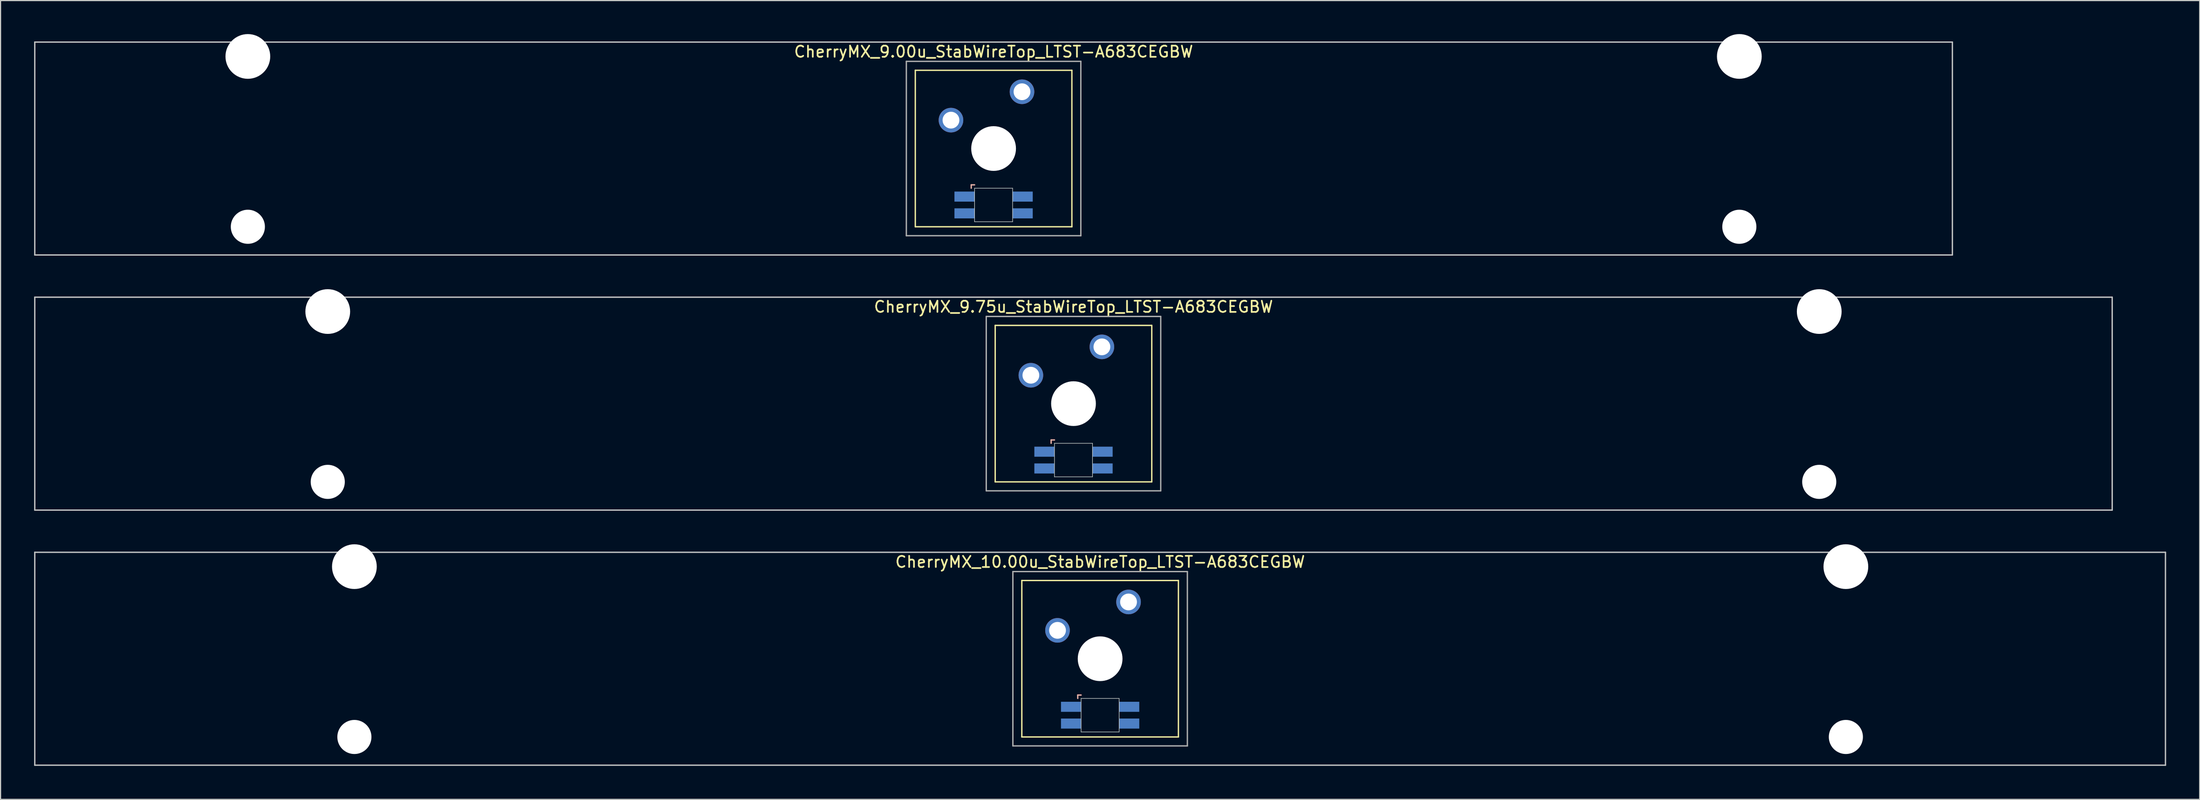
<source format=kicad_pcb>
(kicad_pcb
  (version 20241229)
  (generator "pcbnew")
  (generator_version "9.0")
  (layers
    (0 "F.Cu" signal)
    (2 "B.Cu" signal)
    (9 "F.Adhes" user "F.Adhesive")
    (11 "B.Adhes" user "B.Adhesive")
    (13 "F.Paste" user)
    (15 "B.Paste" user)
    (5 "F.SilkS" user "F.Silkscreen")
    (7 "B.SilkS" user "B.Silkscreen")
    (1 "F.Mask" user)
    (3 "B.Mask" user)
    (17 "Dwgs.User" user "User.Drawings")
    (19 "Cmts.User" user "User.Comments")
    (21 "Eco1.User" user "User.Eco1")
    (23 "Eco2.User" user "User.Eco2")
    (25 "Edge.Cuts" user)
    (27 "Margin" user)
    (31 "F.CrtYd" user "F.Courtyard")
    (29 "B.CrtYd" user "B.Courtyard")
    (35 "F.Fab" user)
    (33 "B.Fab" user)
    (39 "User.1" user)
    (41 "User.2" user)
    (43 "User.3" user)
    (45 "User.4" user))
  (footprint "CherryMX_9.75u_StabWireTop_LTST-A683CEGBW"
    (layer "F.Cu")
    (at 92.929 33.065)
    (property "Reference" "CherryMX_9.75u_StabWireTop_LTST-A683CEGBW" (at 0 -8.662 0) (layer "F.SilkS") (effects (font (size 1 1) (thickness 0.15))))
    (attr through_hole)
    (fp_line (start -7 -7) (end -7 7) (stroke (width 0.12) (type solid)) (layer "F.SilkS"))
    (fp_line (start -7 -7) (end 7 -7) (stroke (width 0.12) (type solid)) (layer "F.SilkS"))
    (fp_line (start 7 -7) (end 7 7) (stroke (width 0.12) (type solid)) (layer "F.SilkS"))
    (fp_line (start 7 7) (end -7 7) (stroke (width 0.12) (type solid)) (layer "F.SilkS"))
    (fp_line (start -2 3.25) (end -2 3.55) (stroke (width 0.12) (type solid)) (layer "B.SilkS"))
    (fp_line (start -1.7 3.25) (end -2 3.25) (stroke (width 0.12) (type solid)) (layer "B.SilkS"))
    (fp_line (start -92.869 -9.525) (end 92.869 -9.525) (stroke (width 0.12) (type solid)) (layer "Dwgs.User"))
    (fp_line (start -92.869 9.525) (end -92.869 -9.525) (stroke (width 0.12) (type solid)) (layer "Dwgs.User"))
    (fp_line (start 92.869 -9.525) (end 92.869 9.525) (stroke (width 0.12) (type solid)) (layer "Dwgs.User"))
    (fp_line (start 92.869 9.525) (end -92.869 9.525) (stroke (width 0.12) (type solid)) (layer "Dwgs.User"))
    (fp_line (start -1.7 3.55) (end 1.7 3.55) (stroke (width 0.05) (type solid)) (layer "Edge.Cuts"))
    (fp_line (start -1.7 6.55) (end -1.7 3.55) (stroke (width 0.05) (type solid)) (layer "Edge.Cuts"))
    (fp_line (start 1.7 3.55) (end 1.7 6.55) (stroke (width 0.05) (type solid)) (layer "Edge.Cuts"))
    (fp_line (start 1.7 6.55) (end -1.7 6.55) (stroke (width 0.05) (type solid)) (layer "Edge.Cuts"))
    (fp_line (start -7.8 -7.8) (end -7.8 7.8) (stroke (width 0.12) (type solid)) (layer "F.Fab"))
    (fp_line (start -7.8 -7.8) (end 7.8 -7.8) (stroke (width 0.12) (type solid)) (layer "F.Fab"))
    (fp_line (start -7.8 7.8) (end 7.8 7.8) (stroke (width 0.12) (type solid)) (layer "F.Fab"))
    (fp_line (start 7.8 -7.8) (end 7.8 7.8) (stroke (width 0.12) (type solid)) (layer "F.Fab"))
    (pad "" np_thru_hole circle (at -66.675 -8.24) (size 4 4) (drill 4) (layers "*.Cu" "*.Mask"))
    (pad "" np_thru_hole circle (at -66.675 7) (size 3.05 3.05) (drill 3.05) (layers "*.Cu" "*.Mask"))
    (pad "" np_thru_hole circle (at 0 0) (size 4 4) (drill 4) (layers "*.Cu" "*.Mask"))
    (pad "" np_thru_hole circle (at 66.675 -8.24) (size 4 4) (drill 4) (layers "*.Cu" "*.Mask"))
    (pad "" np_thru_hole circle (at 66.675 7) (size 3.05 3.05) (drill 3.05) (layers "*.Cu" "*.Mask"))
    (pad "1" thru_hole circle (at -3.81 -2.54) (size 2.2 2.2) (drill 1.5) (layers "*.Cu" "*.Mask"))
    (pad "2" thru_hole circle (at 2.54 -5.08) (size 2.2 2.2) (drill 1.5) (layers "*.Cu" "*.Mask"))
    (pad "3" smd rect (at -2.6 4.3) (size 1.8 0.9) (layers "B.Cu" "B.Mask" "B.Paste"))
    (pad "4" smd rect (at -2.6 5.8) (size 1.8 0.9) (layers "B.Cu" "B.Mask" "B.Paste"))
    (pad "5" smd rect (at 2.6 4.3) (size 1.8 0.9) (layers "B.Cu" "B.Mask" "B.Paste"))
    (pad "6" smd rect (at 2.6 5.8) (size 1.8 0.9) (layers "B.Cu" "B.Mask" "B.Paste")))
  (footprint "CherryMX_10.00u_StabWireTop_LTST-A683CEGBW"
    (layer "F.Cu")
    (at 95.31 55.89)
    (property "Reference" "CherryMX_10.00u_StabWireTop_LTST-A683CEGBW" (at 0 -8.662 0) (layer "F.SilkS") (effects (font (size 1 1) (thickness 0.15))))
    (attr through_hole)
    (fp_line (start -7 -7) (end -7 7) (stroke (width 0.12) (type solid)) (layer "F.SilkS"))
    (fp_line (start -7 -7) (end 7 -7) (stroke (width 0.12) (type solid)) (layer "F.SilkS"))
    (fp_line (start 7 -7) (end 7 7) (stroke (width 0.12) (type solid)) (layer "F.SilkS"))
    (fp_line (start 7 7) (end -7 7) (stroke (width 0.12) (type solid)) (layer "F.SilkS"))
    (fp_line (start -2 3.25) (end -2 3.55) (stroke (width 0.12) (type solid)) (layer "B.SilkS"))
    (fp_line (start -1.7 3.25) (end -2 3.25) (stroke (width 0.12) (type solid)) (layer "B.SilkS"))
    (fp_line (start -95.25 -9.525) (end 95.25 -9.525) (stroke (width 0.12) (type solid)) (layer "Dwgs.User"))
    (fp_line (start -95.25 9.525) (end -95.25 -9.525) (stroke (width 0.12) (type solid)) (layer "Dwgs.User"))
    (fp_line (start 95.25 -9.525) (end 95.25 9.525) (stroke (width 0.12) (type solid)) (layer "Dwgs.User"))
    (fp_line (start 95.25 9.525) (end -95.25 9.525) (stroke (width 0.12) (type solid)) (layer "Dwgs.User"))
    (fp_line (start -1.7 3.55) (end 1.7 3.55) (stroke (width 0.05) (type solid)) (layer "Edge.Cuts"))
    (fp_line (start -1.7 6.55) (end -1.7 3.55) (stroke (width 0.05) (type solid)) (layer "Edge.Cuts"))
    (fp_line (start 1.7 3.55) (end 1.7 6.55) (stroke (width 0.05) (type solid)) (layer "Edge.Cuts"))
    (fp_line (start 1.7 6.55) (end -1.7 6.55) (stroke (width 0.05) (type solid)) (layer "Edge.Cuts"))
    (fp_line (start -7.8 -7.8) (end -7.8 7.8) (stroke (width 0.12) (type solid)) (layer "F.Fab"))
    (fp_line (start -7.8 -7.8) (end 7.8 -7.8) (stroke (width 0.12) (type solid)) (layer "F.Fab"))
    (fp_line (start -7.8 7.8) (end 7.8 7.8) (stroke (width 0.12) (type solid)) (layer "F.Fab"))
    (fp_line (start 7.8 -7.8) (end 7.8 7.8) (stroke (width 0.12) (type solid)) (layer "F.Fab"))
    (pad "" np_thru_hole circle (at -66.675 -8.24) (size 4 4) (drill 4) (layers "*.Cu" "*.Mask"))
    (pad "" np_thru_hole circle (at -66.675 7) (size 3.05 3.05) (drill 3.05) (layers "*.Cu" "*.Mask"))
    (pad "" np_thru_hole circle (at 0 0) (size 4 4) (drill 4) (layers "*.Cu" "*.Mask"))
    (pad "" np_thru_hole circle (at 66.675 -8.24) (size 4 4) (drill 4) (layers "*.Cu" "*.Mask"))
    (pad "" np_thru_hole circle (at 66.675 7) (size 3.05 3.05) (drill 3.05) (layers "*.Cu" "*.Mask"))
    (pad "1" thru_hole circle (at -3.81 -2.54) (size 2.2 2.2) (drill 1.5) (layers "*.Cu" "*.Mask"))
    (pad "2" thru_hole circle (at 2.54 -5.08) (size 2.2 2.2) (drill 1.5) (layers "*.Cu" "*.Mask"))
    (pad "3" smd rect (at -2.6 4.3) (size 1.8 0.9) (layers "B.Cu" "B.Mask" "B.Paste"))
    (pad "4" smd rect (at -2.6 5.8) (size 1.8 0.9) (layers "B.Cu" "B.Mask" "B.Paste"))
    (pad "5" smd rect (at 2.6 4.3) (size 1.8 0.9) (layers "B.Cu" "B.Mask" "B.Paste"))
    (pad "6" smd rect (at 2.6 5.8) (size 1.8 0.9) (layers "B.Cu" "B.Mask" "B.Paste")))
  (footprint "CherryMX_9.00u_StabWireTop_LTST-A683CEGBW"
    (layer "F.Cu")
    (at 85.785 10.24)
    (property "Reference" "CherryMX_9.00u_StabWireTop_LTST-A683CEGBW" (at 0 -8.662 0) (layer "F.SilkS") (effects (font (size 1 1) (thickness 0.15))))
    (attr through_hole)
    (fp_line (start -7 -7) (end -7 7) (stroke (width 0.12) (type solid)) (layer "F.SilkS"))
    (fp_line (start -7 -7) (end 7 -7) (stroke (width 0.12) (type solid)) (layer "F.SilkS"))
    (fp_line (start 7 -7) (end 7 7) (stroke (width 0.12) (type solid)) (layer "F.SilkS"))
    (fp_line (start 7 7) (end -7 7) (stroke (width 0.12) (type solid)) (layer "F.SilkS"))
    (fp_line (start -2 3.25) (end -2 3.55) (stroke (width 0.12) (type solid)) (layer "B.SilkS"))
    (fp_line (start -1.7 3.25) (end -2 3.25) (stroke (width 0.12) (type solid)) (layer "B.SilkS"))
    (fp_line (start -85.725 -9.525) (end 85.725 -9.525) (stroke (width 0.12) (type solid)) (layer "Dwgs.User"))
    (fp_line (start -85.725 9.525) (end -85.725 -9.525) (stroke (width 0.12) (type solid)) (layer "Dwgs.User"))
    (fp_line (start 85.725 -9.525) (end 85.725 9.525) (stroke (width 0.12) (type solid)) (layer "Dwgs.User"))
    (fp_line (start 85.725 9.525) (end -85.725 9.525) (stroke (width 0.12) (type solid)) (layer "Dwgs.User"))
    (fp_line (start -1.7 3.55) (end 1.7 3.55) (stroke (width 0.05) (type solid)) (layer "Edge.Cuts"))
    (fp_line (start -1.7 6.55) (end -1.7 3.55) (stroke (width 0.05) (type solid)) (layer "Edge.Cuts"))
    (fp_line (start 1.7 3.55) (end 1.7 6.55) (stroke (width 0.05) (type solid)) (layer "Edge.Cuts"))
    (fp_line (start 1.7 6.55) (end -1.7 6.55) (stroke (width 0.05) (type solid)) (layer "Edge.Cuts"))
    (fp_line (start -7.8 -7.8) (end -7.8 7.8) (stroke (width 0.12) (type solid)) (layer "F.Fab"))
    (fp_line (start -7.8 -7.8) (end 7.8 -7.8) (stroke (width 0.12) (type solid)) (layer "F.Fab"))
    (fp_line (start -7.8 7.8) (end 7.8 7.8) (stroke (width 0.12) (type solid)) (layer "F.Fab"))
    (fp_line (start 7.8 -7.8) (end 7.8 7.8) (stroke (width 0.12) (type solid)) (layer "F.Fab"))
    (pad "" np_thru_hole circle (at -66.675 -8.24) (size 4 4) (drill 4) (layers "*.Cu" "*.Mask"))
    (pad "" np_thru_hole circle (at -66.675 7) (size 3.05 3.05) (drill 3.05) (layers "*.Cu" "*.Mask"))
    (pad "" np_thru_hole circle (at 0 0) (size 4 4) (drill 4) (layers "*.Cu" "*.Mask"))
    (pad "" np_thru_hole circle (at 66.675 -8.24) (size 4 4) (drill 4) (layers "*.Cu" "*.Mask"))
    (pad "" np_thru_hole circle (at 66.675 7) (size 3.05 3.05) (drill 3.05) (layers "*.Cu" "*.Mask"))
    (pad "1" thru_hole circle (at -3.81 -2.54) (size 2.2 2.2) (drill 1.5) (layers "*.Cu" "*.Mask"))
    (pad "2" thru_hole circle (at 2.54 -5.08) (size 2.2 2.2) (drill 1.5) (layers "*.Cu" "*.Mask"))
    (pad "3" smd rect (at -2.6 4.3) (size 1.8 0.9) (layers "B.Cu" "B.Mask" "B.Paste"))
    (pad "4" smd rect (at -2.6 5.8) (size 1.8 0.9) (layers "B.Cu" "B.Mask" "B.Paste"))
    (pad "5" smd rect (at 2.6 4.3) (size 1.8 0.9) (layers "B.Cu" "B.Mask" "B.Paste"))
    (pad "6" smd rect (at 2.6 5.8) (size 1.8 0.9) (layers "B.Cu" "B.Mask" "B.Paste")))
  (gr_rect
    (start -3 -3)
    (end 193.62 68.475)
    (stroke (width 0.1) (type default))
    (fill no)
    (layer "Edge.Cuts")))
</source>
